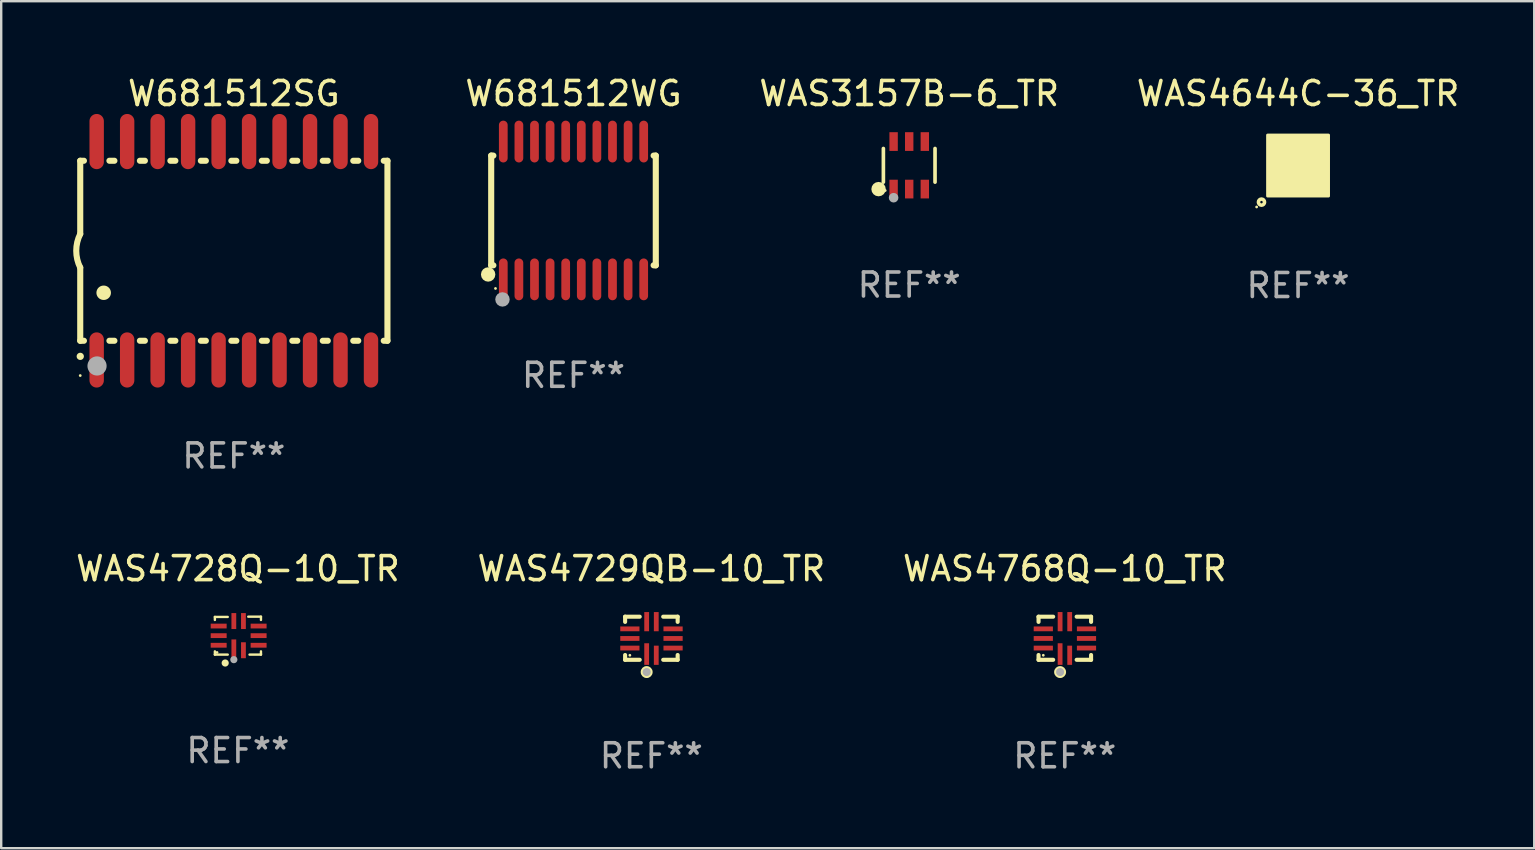
<source format=kicad_pcb>
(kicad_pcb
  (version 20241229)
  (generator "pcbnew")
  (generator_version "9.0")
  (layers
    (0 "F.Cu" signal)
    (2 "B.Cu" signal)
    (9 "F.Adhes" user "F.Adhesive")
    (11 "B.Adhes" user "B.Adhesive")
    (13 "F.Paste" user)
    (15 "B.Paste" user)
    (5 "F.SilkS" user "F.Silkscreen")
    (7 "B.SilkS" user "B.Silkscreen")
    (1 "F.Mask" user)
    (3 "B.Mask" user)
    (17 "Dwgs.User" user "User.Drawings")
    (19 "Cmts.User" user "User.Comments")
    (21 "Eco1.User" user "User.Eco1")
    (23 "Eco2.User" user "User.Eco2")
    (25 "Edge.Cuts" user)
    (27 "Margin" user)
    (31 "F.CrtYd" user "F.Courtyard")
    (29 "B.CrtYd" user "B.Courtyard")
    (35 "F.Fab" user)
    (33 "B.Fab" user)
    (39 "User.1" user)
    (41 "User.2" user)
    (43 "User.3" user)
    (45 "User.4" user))
  (footprint "WAS4728Q-10_TR"
    (layer "F.Cu")
    (at 6.863 23.435)
    (property "Reference" "WAS4728Q-10_TR" (at 0 -2.79 0) (layer "F.SilkS") (effects (font (size 1 1) (thickness 0.15))))
    (attr through_hole)
    (fp_line (start -0.96 -0.78) (end -0.424 -0.78) (stroke (width 0.1) (type solid)) (layer "F.SilkS"))
    (fp_line (start -0.96 -0.654) (end -0.96 -0.78) (stroke (width 0.1) (type solid)) (layer "F.SilkS"))
    (fp_line (start -0.96 0.79) (end -0.96 0.654) (stroke (width 0.1) (type solid)) (layer "F.SilkS"))
    (fp_line (start -0.424 0.79) (end -0.96 0.79) (stroke (width 0.1) (type solid)) (layer "F.SilkS"))
    (fp_line (start 0.43 -0.79) (end 0.96 -0.79) (stroke (width 0.1) (type solid)) (layer "F.SilkS"))
    (fp_line (start 0.96 -0.79) (end 0.96 -0.654) (stroke (width 0.1) (type solid)) (layer "F.SilkS"))
    (fp_line (start 0.96 0.654) (end 0.96 0.76) (stroke (width 0.1) (type solid)) (layer "F.SilkS"))
    (fp_line (start 0.96 0.76) (end 0.96 0.79) (stroke (width 0.1) (type solid)) (layer "F.SilkS"))
    (fp_line (start 0.96 0.79) (end 0.484 0.79) (stroke (width 0.1) (type solid)) (layer "F.SilkS"))
    (fp_circle (center -0.87 0.7) (end -0.84 0.7) (stroke (width 0.06) (type solid)) (fill no) (layer "F.SilkS"))
    (fp_circle (center -0.53 1.14) (end -0.455 1.14) (stroke (width 0.15) (type solid)) (fill no) (layer "F.SilkS"))
    (fp_circle (center -0.17 1) (end -0.095 1) (stroke (width 0.15) (type solid)) (fill no) (layer "F.Fab"))
    (fp_text user "REF**" (at 0 4.79 0) (layer "F.Fab") (effects (font (size 1 1) (thickness 0.15))))
    (pad "1" smd rect (at -0.17 0.608) (size 0.2 0.9) (layers "F.Cu" "F.Mask" "F.Paste"))
    (pad "2" smd rect (at 0.23 0.608) (size 0.2 0.665) (layers "F.Cu" "F.Mask" "F.Paste"))
    (pad "3" smd rect (at 0.862 0.4) (size 0.665 0.2) (layers "F.Cu" "F.Mask" "F.Paste"))
    (pad "4" smd rect (at 0.862 0) (size 0.665 0.2) (layers "F.Cu" "F.Mask" "F.Paste"))
    (pad "5" smd rect (at 0.862 -0.4) (size 0.665 0.2) (layers "F.Cu" "F.Mask" "F.Paste"))
    (pad "6" smd rect (at 0.23 -0.608) (size 0.2 0.665) (layers "F.Cu" "F.Mask" "F.Paste"))
    (pad "7" smd rect (at -0.17 -0.608) (size 0.2 0.665) (layers "F.Cu" "F.Mask" "F.Paste"))
    (pad "8" smd rect (at -0.802 -0.4) (size 0.665 0.2) (layers "F.Cu" "F.Mask" "F.Paste"))
    (pad "9" smd rect (at -0.802 0) (size 0.665 0.2) (layers "F.Cu" "F.Mask" "F.Paste"))
    (pad "10" smd rect (at -0.802 0.4) (size 0.665 0.2) (layers "F.Cu" "F.Mask" "F.Paste")))
  (footprint "WAS4644C-36_TR"
    (layer "F.Cu")
    (at 51.035 3.848)
    (property "Reference" "WAS4644C-36_TR" (at 0 -3 0) (layer "F.SilkS") (effects (font (size 1 1) (thickness 0.15))))
    (attr through_hole)
    (fp_circle (center -1.726 1.726) (end -1.696 1.726) (stroke (width 0.06) (type solid)) (fill no) (layer "F.SilkS"))
    (fp_circle (center -1.524 1.524) (end -1.397 1.524) (stroke (width 0.15) (type solid)) (fill no) (layer "F.SilkS"))
    (fp_poly (pts (xy -1.27 -1.27) (xy 1.27 -1.27) (xy 1.27 1.27) (xy -1.27 1.27)) (stroke (width 0.12) (type solid)) (fill yes) (layer "F.SilkS"))
    (fp_text user "REF**" (at 0 5 0) (layer "F.Fab") (effects (font (size 1 1) (thickness 0.15))))
    (pad "A1" smd circle (at -1 1) (size 0.3 0.3) (layers "F.Cu" "F.Mask" "F.Paste"))
    (pad "A2" smd circle (at -1 0.6) (size 0.3 0.3) (layers "F.Cu" "F.Mask" "F.Paste"))
    (pad "A3" smd circle (at -1 0.2) (size 0.3 0.3) (layers "F.Cu" "F.Mask" "F.Paste"))
    (pad "A4" smd circle (at -1 -0.2) (size 0.3 0.3) (layers "F.Cu" "F.Mask" "F.Paste"))
    (pad "A5" smd circle (at -1 -0.6) (size 0.3 0.3) (layers "F.Cu" "F.Mask" "F.Paste"))
    (pad "A6" smd circle (at -1 -1) (size 0.3 0.3) (layers "F.Cu" "F.Mask" "F.Paste"))
    (pad "B1" smd circle (at -0.6 1) (size 0.3 0.3) (layers "F.Cu" "F.Mask" "F.Paste"))
    (pad "B2" smd circle (at -0.6 0.6) (size 0.3 0.3) (layers "F.Cu" "F.Mask" "F.Paste"))
    (pad "B3" smd circle (at -0.6 0.2) (size 0.3 0.3) (layers "F.Cu" "F.Mask" "F.Paste"))
    (pad "B4" smd circle (at -0.6 -0.2) (size 0.3 0.3) (layers "F.Cu" "F.Mask" "F.Paste"))
    (pad "B5" smd circle (at -0.6 -0.6) (size 0.3 0.3) (layers "F.Cu" "F.Mask" "F.Paste"))
    (pad "B6" smd circle (at -0.6 -1) (size 0.3 0.3) (layers "F.Cu" "F.Mask" "F.Paste"))
    (pad "C1" smd circle (at -0.2 1) (size 0.3 0.3) (layers "F.Cu" "F.Mask" "F.Paste"))
    (pad "C2" smd circle (at -0.2 0.6) (size 0.3 0.3) (layers "F.Cu" "F.Mask" "F.Paste"))
    (pad "C3" smd circle (at -0.2 0.2) (size 0.3 0.3) (layers "F.Cu" "F.Mask" "F.Paste"))
    (pad "C4" smd circle (at -0.2 -0.2) (size 0.3 0.3) (layers "F.Cu" "F.Mask" "F.Paste"))
    (pad "C5" smd circle (at -0.2 -0.6) (size 0.3 0.3) (layers "F.Cu" "F.Mask" "F.Paste"))
    (pad "C6" smd circle (at -0.2 -1) (size 0.3 0.3) (layers "F.Cu" "F.Mask" "F.Paste"))
    (pad "D1" smd circle (at 0.2 1) (size 0.3 0.3) (layers "F.Cu" "F.Mask" "F.Paste"))
    (pad "D2" smd circle (at 0.2 0.6) (size 0.3 0.3) (layers "F.Cu" "F.Mask" "F.Paste"))
    (pad "D3" smd circle (at 0.2 0.2) (size 0.3 0.3) (layers "F.Cu" "F.Mask" "F.Paste"))
    (pad "D4" smd circle (at 0.2 -0.2) (size 0.3 0.3) (layers "F.Cu" "F.Mask" "F.Paste"))
    (pad "D5" smd circle (at 0.2 -0.6) (size 0.3 0.3) (layers "F.Cu" "F.Mask" "F.Paste"))
    (pad "D6" smd circle (at 0.2 -1) (size 0.3 0.3) (layers "F.Cu" "F.Mask" "F.Paste"))
    (pad "E1" smd circle (at 0.6 1) (size 0.3 0.3) (layers "F.Cu" "F.Mask" "F.Paste"))
    (pad "E2" smd circle (at 0.6 0.6) (size 0.3 0.3) (layers "F.Cu" "F.Mask" "F.Paste"))
    (pad "E3" smd circle (at 0.6 0.2) (size 0.3 0.3) (layers "F.Cu" "F.Mask" "F.Paste"))
    (pad "E4" smd circle (at 0.6 -0.2) (size 0.3 0.3) (layers "F.Cu" "F.Mask" "F.Paste"))
    (pad "E5" smd circle (at 0.6 -0.6) (size 0.3 0.3) (layers "F.Cu" "F.Mask" "F.Paste"))
    (pad "E6" smd circle (at 0.6 -1) (size 0.3 0.3) (layers "F.Cu" "F.Mask" "F.Paste"))
    (pad "F1" smd circle (at 1 1) (size 0.3 0.3) (layers "F.Cu" "F.Mask" "F.Paste"))
    (pad "F2" smd circle (at 1 0.6) (size 0.3 0.3) (layers "F.Cu" "F.Mask" "F.Paste"))
    (pad "F3" smd circle (at 1 0.2) (size 0.3 0.3) (layers "F.Cu" "F.Mask" "F.Paste"))
    (pad "F4" smd circle (at 1 -0.2) (size 0.3 0.3) (layers "F.Cu" "F.Mask" "F.Paste"))
    (pad "F5" smd circle (at 1 -0.6) (size 0.3 0.3) (layers "F.Cu" "F.Mask" "F.Paste"))
    (pad "F6" smd circle (at 1 -1) (size 0.3 0.3) (layers "F.Cu" "F.Mask" "F.Paste")))
  (footprint "WAS4729QB-10_TR"
    (layer "F.Cu")
    (at 24.089 23.544)
    (property "Reference" "WAS4729QB-10_TR" (at 0 -2.899 0) (layer "F.SilkS") (effects (font (size 1 1) (thickness 0.15))))
    (attr through_hole)
    (fp_line (start -1.096 -0.899) (end -0.484 -0.899) (stroke (width 0.17) (type solid)) (layer "F.SilkS"))
    (fp_line (start -1.093 -0.682) (end -1.093 -0.899) (stroke (width 0.17) (type solid)) (layer "F.SilkS"))
    (fp_line (start -1.093 0.899) (end -1.093 0.697) (stroke (width 0.17) (type solid)) (layer "F.SilkS"))
    (fp_line (start -0.484 0.897) (end -1.093 0.897) (stroke (width 0.17) (type solid)) (layer "F.SilkS"))
    (fp_line (start 0.494 -0.899) (end 1.096 -0.899) (stroke (width 0.17) (type solid)) (layer "F.SilkS"))
    (fp_line (start 1.096 -0.899) (end 1.096 -0.682) (stroke (width 0.17) (type solid)) (layer "F.SilkS"))
    (fp_line (start 1.096 0.697) (end 1.096 0.897) (stroke (width 0.17) (type solid)) (layer "F.SilkS"))
    (fp_line (start 1.096 0.897) (end 0.494 0.897) (stroke (width 0.17) (type solid)) (layer "F.SilkS"))
    (fp_circle (center -0.895 0.708) (end -0.865 0.708) (stroke (width 0.06) (type solid)) (fill no) (layer "F.SilkS"))
    (fp_circle (center -0.195 1.408) (end -0.116 1.408) (stroke (width 0.17) (type solid)) (fill no) (layer "F.SilkS"))
    (fp_circle (center -0.195 1.408) (end -0.11 1.408) (stroke (width 0.17) (type solid)) (fill no) (layer "F.Fab"))
    (fp_text user "REF**" (at 0 4.899 0) (layer "F.Fab") (effects (font (size 1 1) (thickness 0.15))))
    (pad "1" smd rect (at -0.195 0.658 180) (size 0.2 0.9) (layers "F.Cu" "F.Mask" "F.Paste"))
    (pad "2" smd rect (at 0.205 0.708 180) (size 0.2 0.8) (layers "F.Cu" "F.Mask" "F.Paste"))
    (pad "3" smd rect (at 0.905 0.408 90) (size 0.2 0.8) (layers "F.Cu" "F.Mask" "F.Paste"))
    (pad "4" smd rect (at 0.905 0.008 90) (size 0.2 0.8) (layers "F.Cu" "F.Mask" "F.Paste"))
    (pad "5" smd rect (at 0.905 -0.392 90) (size 0.2 0.8) (layers "F.Cu" "F.Mask" "F.Paste"))
    (pad "6" smd rect (at 0.205 -0.692 180) (size 0.2 0.8) (layers "F.Cu" "F.Mask" "F.Paste"))
    (pad "7" smd rect (at -0.195 -0.692 180) (size 0.2 0.8) (layers "F.Cu" "F.Mask" "F.Paste"))
    (pad "8" smd rect (at -0.895 -0.392 90) (size 0.2 0.8) (layers "F.Cu" "F.Mask" "F.Paste"))
    (pad "9" smd rect (at -0.895 0.008 90) (size 0.2 0.8) (layers "F.Cu" "F.Mask" "F.Paste"))
    (pad "10" smd rect (at -0.895 0.408 90) (size 0.2 0.8) (layers "F.Cu" "F.Mask" "F.Paste")))
  (footprint "WAS3157B-6_TR"
    (layer "F.Cu")
    (at 34.833 3.838)
    (property "Reference" "WAS3157B-6_TR" (at 0 -2.99 0) (layer "F.SilkS") (effects (font (size 1 1) (thickness 0.15))))
    (attr through_hole)
    (fp_line (start -1.076 0.701) (end -1.076 -0.701) (stroke (width 0.152) (type solid)) (layer "F.SilkS"))
    (fp_line (start 1.076 0.701) (end 1.076 -0.701) (stroke (width 0.152) (type solid)) (layer "F.SilkS"))
    (fp_circle (center -1.277 0.992) (end -1.127 0.992) (stroke (width 0.3) (type solid)) (fill no) (layer "F.SilkS"))
    (fp_circle (center -1 1.05) (end -0.97 1.05) (stroke (width 0.06) (type solid)) (fill no) (layer "F.SilkS"))
    (fp_circle (center -0.65 1.35) (end -0.55 1.35) (stroke (width 0.2) (type solid)) (fill no) (layer "F.Fab"))
    (fp_text user "REF**" (at 0 4.99 0) (layer "F.Fab") (effects (font (size 1 1) (thickness 0.15))))
    (pad "1" smd rect (at -0.65 0.99) (size 0.35 0.78) (layers "F.Cu" "F.Mask" "F.Paste"))
    (pad "2" smd rect (at 0 0.99) (size 0.35 0.78) (layers "F.Cu" "F.Mask" "F.Paste"))
    (pad "3" smd rect (at 0.65 0.99) (size 0.35 0.78) (layers "F.Cu" "F.Mask" "F.Paste"))
    (pad "4" smd rect (at 0.65 -0.99) (size 0.35 0.78) (layers "F.Cu" "F.Mask" "F.Paste"))
    (pad "5" smd rect (at 0 -0.99) (size 0.35 0.78) (layers "F.Cu" "F.Mask" "F.Paste"))
    (pad "6" smd rect (at -0.65 -0.99) (size 0.35 0.78) (layers "F.Cu" "F.Mask" "F.Paste")))
  (footprint "WAS4768Q-10_TR"
    (layer "F.Cu")
    (at 41.315 23.544)
    (property "Reference" "WAS4768Q-10_TR" (at 0 -2.899 0) (layer "F.SilkS") (effects (font (size 1 1) (thickness 0.15))))
    (attr through_hole)
    (fp_line (start -1.096 -0.899) (end -0.484 -0.899) (stroke (width 0.17) (type solid)) (layer "F.SilkS"))
    (fp_line (start -1.093 -0.682) (end -1.093 -0.899) (stroke (width 0.17) (type solid)) (layer "F.SilkS"))
    (fp_line (start -1.093 0.899) (end -1.093 0.697) (stroke (width 0.17) (type solid)) (layer "F.SilkS"))
    (fp_line (start -0.484 0.897) (end -1.093 0.897) (stroke (width 0.17) (type solid)) (layer "F.SilkS"))
    (fp_line (start 0.494 -0.899) (end 1.096 -0.899) (stroke (width 0.17) (type solid)) (layer "F.SilkS"))
    (fp_line (start 1.096 -0.899) (end 1.096 -0.682) (stroke (width 0.17) (type solid)) (layer "F.SilkS"))
    (fp_line (start 1.096 0.697) (end 1.096 0.897) (stroke (width 0.17) (type solid)) (layer "F.SilkS"))
    (fp_line (start 1.096 0.897) (end 0.494 0.897) (stroke (width 0.17) (type solid)) (layer "F.SilkS"))
    (fp_circle (center -0.895 0.708) (end -0.865 0.708) (stroke (width 0.06) (type solid)) (fill no) (layer "F.SilkS"))
    (fp_circle (center -0.195 1.408) (end -0.116 1.408) (stroke (width 0.17) (type solid)) (fill no) (layer "F.SilkS"))
    (fp_circle (center -0.195 1.408) (end -0.11 1.408) (stroke (width 0.17) (type solid)) (fill no) (layer "F.Fab"))
    (fp_text user "REF**" (at 0 4.899 0) (layer "F.Fab") (effects (font (size 1 1) (thickness 0.15))))
    (pad "1" smd rect (at -0.195 0.658 180) (size 0.2 0.9) (layers "F.Cu" "F.Mask" "F.Paste"))
    (pad "2" smd rect (at 0.205 0.708 180) (size 0.2 0.8) (layers "F.Cu" "F.Mask" "F.Paste"))
    (pad "3" smd rect (at 0.905 0.408 90) (size 0.2 0.8) (layers "F.Cu" "F.Mask" "F.Paste"))
    (pad "4" smd rect (at 0.905 0.008 90) (size 0.2 0.8) (layers "F.Cu" "F.Mask" "F.Paste"))
    (pad "5" smd rect (at 0.905 -0.392 90) (size 0.2 0.8) (layers "F.Cu" "F.Mask" "F.Paste"))
    (pad "6" smd rect (at 0.205 -0.692 180) (size 0.2 0.8) (layers "F.Cu" "F.Mask" "F.Paste"))
    (pad "7" smd rect (at -0.195 -0.692 180) (size 0.2 0.8) (layers "F.Cu" "F.Mask" "F.Paste"))
    (pad "8" smd rect (at -0.895 -0.392 90) (size 0.2 0.8) (layers "F.Cu" "F.Mask" "F.Paste"))
    (pad "9" smd rect (at -0.895 0.008 90) (size 0.2 0.8) (layers "F.Cu" "F.Mask" "F.Paste"))
    (pad "10" smd rect (at -0.895 0.408 90) (size 0.2 0.8) (layers "F.Cu" "F.Mask" "F.Paste")))
  (footprint "W681512WG"
    (layer "F.Cu")
    (at 20.845 5.719)
    (property "Reference" "W681512WG" (at 0 -4.871 0) (layer "F.SilkS") (effects (font (size 1 1) (thickness 0.15))))
    (attr through_hole)
    (fp_line (start -3.429 -2.286) (end -3.429 2.286) (stroke (width 0.254) (type solid)) (layer "F.SilkS"))
    (fp_line (start -3.429 2.286) (end -3.338 2.286) (stroke (width 0.254) (type solid)) (layer "F.SilkS"))
    (fp_line (start -3.338 -2.286) (end -3.429 -2.286) (stroke (width 0.254) (type solid)) (layer "F.SilkS"))
    (fp_line (start 3.338 -2.286) (end 3.429 -2.286) (stroke (width 0.254) (type solid)) (layer "F.SilkS"))
    (fp_line (start 3.429 -2.286) (end 3.429 2.286) (stroke (width 0.254) (type solid)) (layer "F.SilkS"))
    (fp_line (start 3.429 2.286) (end 3.338 2.286) (stroke (width 0.254) (type solid)) (layer "F.SilkS"))
    (fp_circle (center -3.556 2.667) (end -3.406 2.667) (stroke (width 0.3) (type solid)) (fill no) (layer "F.SilkS"))
    (fp_circle (center -3.25 3.25) (end -3.22 3.25) (stroke (width 0.06) (type solid)) (fill no) (layer "F.SilkS"))
    (fp_circle (center -2.959 3.707) (end -2.808 3.707) (stroke (width 0.3) (type solid)) (fill no) (layer "F.Fab"))
    (fp_text user "REF**" (at 0 6.871 0) (layer "F.Fab") (effects (font (size 1 1) (thickness 0.15))))
    (pad "1" smd oval (at -2.925 2.871) (size 0.364 1.742) (layers "F.Cu" "F.Mask" "F.Paste"))
    (pad "2" smd oval (at -2.275 2.871) (size 0.364 1.742) (layers "F.Cu" "F.Mask" "F.Paste"))
    (pad "3" smd oval (at -1.625 2.871) (size 0.364 1.742) (layers "F.Cu" "F.Mask" "F.Paste"))
    (pad "4" smd oval (at -0.975 2.871) (size 0.364 1.742) (layers "F.Cu" "F.Mask" "F.Paste"))
    (pad "5" smd oval (at -0.325 2.871) (size 0.364 1.742) (layers "F.Cu" "F.Mask" "F.Paste"))
    (pad "6" smd oval (at 0.325 2.871) (size 0.364 1.742) (layers "F.Cu" "F.Mask" "F.Paste"))
    (pad "7" smd oval (at 0.975 2.871) (size 0.364 1.742) (layers "F.Cu" "F.Mask" "F.Paste"))
    (pad "8" smd oval (at 1.625 2.871) (size 0.364 1.742) (layers "F.Cu" "F.Mask" "F.Paste"))
    (pad "9" smd oval (at 2.275 2.871) (size 0.364 1.742) (layers "F.Cu" "F.Mask" "F.Paste"))
    (pad "10" smd oval (at 2.925 2.871) (size 0.364 1.742) (layers "F.Cu" "F.Mask" "F.Paste"))
    (pad "11" smd oval (at 2.925 -2.871) (size 0.364 1.742) (layers "F.Cu" "F.Mask" "F.Paste"))
    (pad "12" smd oval (at 2.275 -2.871) (size 0.364 1.742) (layers "F.Cu" "F.Mask" "F.Paste"))
    (pad "13" smd oval (at 1.625 -2.871) (size 0.364 1.742) (layers "F.Cu" "F.Mask" "F.Paste"))
    (pad "14" smd oval (at 0.975 -2.871) (size 0.364 1.742) (layers "F.Cu" "F.Mask" "F.Paste"))
    (pad "15" smd oval (at 0.325 -2.871) (size 0.364 1.742) (layers "F.Cu" "F.Mask" "F.Paste"))
    (pad "16" smd oval (at -0.325 -2.871) (size 0.364 1.742) (layers "F.Cu" "F.Mask" "F.Paste"))
    (pad "17" smd oval (at -0.975 -2.871) (size 0.364 1.742) (layers "F.Cu" "F.Mask" "F.Paste"))
    (pad "18" smd oval (at -1.625 -2.871) (size 0.364 1.742) (layers "F.Cu" "F.Mask" "F.Paste"))
    (pad "19" smd oval (at -2.275 -2.871) (size 0.364 1.742) (layers "F.Cu" "F.Mask" "F.Paste"))
    (pad "20" smd oval (at -2.925 -2.871) (size 0.364 1.742) (layers "F.Cu" "F.Mask" "F.Paste")))
  (footprint "W681512SG"
    (layer "F.Cu")
    (at 6.693 7.398)
    (property "Reference" "W681512SG" (at 0 -6.55 0) (layer "F.SilkS") (effects (font (size 1 1) (thickness 0.15))))
    (attr through_hole)
    (fp_line (start -6.4 -3.75) (end -6.4 -0.7) (stroke (width 0.254) (type solid)) (layer "F.SilkS"))
    (fp_line (start -6.4 -3.75) (end -6.246 -3.75) (stroke (width 0.254) (type solid)) (layer "F.SilkS"))
    (fp_line (start -6.4 3.75) (end -6.4 0.7) (stroke (width 0.254) (type solid)) (layer "F.SilkS"))
    (fp_line (start -6.246 3.75) (end -6.4 3.75) (stroke (width 0.254) (type solid)) (layer "F.SilkS"))
    (fp_line (start -5.184 -3.75) (end -4.976 -3.75) (stroke (width 0.254) (type solid)) (layer "F.SilkS"))
    (fp_line (start -4.976 3.75) (end -5.184 3.75) (stroke (width 0.254) (type solid)) (layer "F.SilkS"))
    (fp_line (start -3.914 -3.75) (end -3.706 -3.75) (stroke (width 0.254) (type solid)) (layer "F.SilkS"))
    (fp_line (start -3.706 3.75) (end -3.914 3.75) (stroke (width 0.254) (type solid)) (layer "F.SilkS"))
    (fp_line (start -2.644 -3.75) (end -2.436 -3.75) (stroke (width 0.254) (type solid)) (layer "F.SilkS"))
    (fp_line (start -2.436 3.75) (end -2.644 3.75) (stroke (width 0.254) (type solid)) (layer "F.SilkS"))
    (fp_line (start -1.374 -3.75) (end -1.166 -3.75) (stroke (width 0.254) (type solid)) (layer "F.SilkS"))
    (fp_line (start -1.166 3.75) (end -1.374 3.75) (stroke (width 0.254) (type solid)) (layer "F.SilkS"))
    (fp_line (start -0.104 -3.75) (end 0.104 -3.75) (stroke (width 0.254) (type solid)) (layer "F.SilkS"))
    (fp_line (start 0.104 3.75) (end -0.104 3.75) (stroke (width 0.254) (type solid)) (layer "F.SilkS"))
    (fp_line (start 1.166 -3.75) (end 1.374 -3.75) (stroke (width 0.254) (type solid)) (layer "F.SilkS"))
    (fp_line (start 1.374 3.75) (end 1.166 3.75) (stroke (width 0.254) (type solid)) (layer "F.SilkS"))
    (fp_line (start 2.436 -3.75) (end 2.644 -3.75) (stroke (width 0.254) (type solid)) (layer "F.SilkS"))
    (fp_line (start 2.644 3.75) (end 2.436 3.75) (stroke (width 0.254) (type solid)) (layer "F.SilkS"))
    (fp_line (start 3.706 -3.75) (end 3.914 -3.75) (stroke (width 0.254) (type solid)) (layer "F.SilkS"))
    (fp_line (start 3.914 3.75) (end 3.706 3.75) (stroke (width 0.254) (type solid)) (layer "F.SilkS"))
    (fp_line (start 4.976 -3.75) (end 5.184 -3.75) (stroke (width 0.254) (type solid)) (layer "F.SilkS"))
    (fp_line (start 5.184 3.75) (end 4.976 3.75) (stroke (width 0.254) (type solid)) (layer "F.SilkS"))
    (fp_line (start 6.246 -3.75) (end 6.4 -3.75) (stroke (width 0.254) (type solid)) (layer "F.SilkS"))
    (fp_line (start 6.4 -3.75) (end 6.4 3.75) (stroke (width 0.254) (type solid)) (layer "F.SilkS"))
    (fp_line (start 6.4 3.75) (end 6.246 3.75) (stroke (width 0.254) (type solid)) (layer "F.SilkS"))
    (fp_arc (start -6.400812 0.701041) (mid -6.565912 0.000428) (end -6.400025 -0.7) (stroke (width 0.254001) (type solid)) (layer "F.SilkS"))
    (fp_arc (start -6.400025 4.4) (mid -6.398755 4.399995) (end -6.397485 4.4) (stroke (width 0.3) (type solid)) (layer "F.SilkS"))
    (fp_arc (start -5.425451 1.750064) (mid -5.422911 1.750053) (end -5.420371 1.750064) (stroke (width 0.6) (type solid)) (layer "F.SilkS"))
    (fp_circle (center -6.4 5.2) (end -6.37 5.2) (stroke (width 0.06) (type solid)) (fill no) (layer "F.SilkS"))
    (fp_circle (center -5.7 4.8) (end -5.5 4.8) (stroke (width 0.4) (type solid)) (fill no) (layer "F.Fab"))
    (fp_text user "REF**" (at 0 8.55 0) (layer "F.Fab") (effects (font (size 1 1) (thickness 0.15))))
    (pad "1" smd oval (at -5.715 4.55 180) (size 0.6 2.3) (layers "F.Cu" "F.Mask" "F.Paste"))
    (pad "2" smd oval (at -4.445 4.55 180) (size 0.6 2.3) (layers "F.Cu" "F.Mask" "F.Paste"))
    (pad "3" smd oval (at -3.175 4.55 180) (size 0.6 2.3) (layers "F.Cu" "F.Mask" "F.Paste"))
    (pad "4" smd oval (at -1.905 4.55 180) (size 0.6 2.3) (layers "F.Cu" "F.Mask" "F.Paste"))
    (pad "5" smd oval (at -0.635 4.55 180) (size 0.6 2.3) (layers "F.Cu" "F.Mask" "F.Paste"))
    (pad "6" smd oval (at 0.635 4.55 180) (size 0.6 2.3) (layers "F.Cu" "F.Mask" "F.Paste"))
    (pad "7" smd oval (at 1.905 4.55 180) (size 0.6 2.3) (layers "F.Cu" "F.Mask" "F.Paste"))
    (pad "8" smd oval (at 3.175 4.55 180) (size 0.6 2.3) (layers "F.Cu" "F.Mask" "F.Paste"))
    (pad "9" smd oval (at 4.445 4.55 180) (size 0.6 2.3) (layers "F.Cu" "F.Mask" "F.Paste"))
    (pad "10" smd oval (at 5.715 4.55 180) (size 0.6 2.3) (layers "F.Cu" "F.Mask" "F.Paste"))
    (pad "11" smd oval (at 5.715 -4.55 180) (size 0.6 2.3) (layers "F.Cu" "F.Mask" "F.Paste"))
    (pad "12" smd oval (at 4.445 -4.55 180) (size 0.6 2.3) (layers "F.Cu" "F.Mask" "F.Paste"))
    (pad "13" smd oval (at 3.175 -4.55 180) (size 0.6 2.3) (layers "F.Cu" "F.Mask" "F.Paste"))
    (pad "14" smd oval (at 1.905 -4.55 180) (size 0.6 2.3) (layers "F.Cu" "F.Mask" "F.Paste"))
    (pad "15" smd oval (at 0.635 -4.55 180) (size 0.6 2.3) (layers "F.Cu" "F.Mask" "F.Paste"))
    (pad "16" smd oval (at -0.635 -4.55 180) (size 0.6 2.3) (layers "F.Cu" "F.Mask" "F.Paste"))
    (pad "17" smd oval (at -1.905 -4.55 180) (size 0.6 2.3) (layers "F.Cu" "F.Mask" "F.Paste"))
    (pad "18" smd oval (at -3.175 -4.55 180) (size 0.6 2.3) (layers "F.Cu" "F.Mask" "F.Paste"))
    (pad "19" smd oval (at -4.445 -4.55 180) (size 0.6 2.3) (layers "F.Cu" "F.Mask" "F.Paste"))
    (pad "20" smd oval (at -5.715 -4.55 180) (size 0.6 2.3) (layers "F.Cu" "F.Mask" "F.Paste")))
  (gr_rect
    (start -3 -3)
    (end 60.875 32.291)
    (stroke (width 0.1) (type default))
    (fill no)
    (layer "Edge.Cuts")))
</source>
